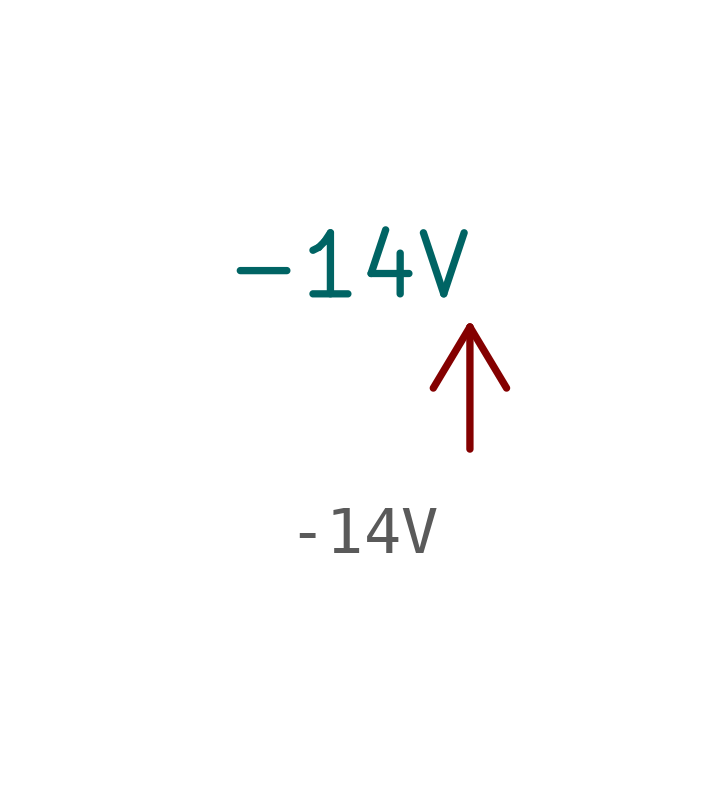
<source format=kicad_sym>
(kicad_symbol_lib
  (version 20211014)
  (generator kicad_symbol_editor)
  (symbol "-14V"
    (power)
    (pin_names
      (offset 0))
    (property "Reference" "#PWR?"
      (at 0 -3.81 0)
      (effects (font (size 1.27 1.27)) hide))
    (property "Value" "-14V"
      (at -2.54 3.81 0)
      (effects (font (size 1.27 1.27))))
    (symbol "-14V_0_1"
      (polyline (pts (xy -0.762 1.27) (xy 0 2.54)) (stroke (width 0) (type default) (color 0 0 0 0)) (fill (type none)))
      (polyline (pts (xy 0 0) (xy 0 2.54)) (stroke (width 0) (type default) (color 0 0 0 0)) (fill (type none)))
      (polyline (pts (xy 0 2.54) (xy 0.762 1.27)) (stroke (width 0) (type default) (color 0 0 0 0)) (fill (type none))))
    (symbol "-14V_1_1"
      (pin power_in line (at 0 0 90) (length 0) hide (name "-14V" (effects (font (size 1.27 1.27)))) (number "1" (effects (font (size 1.27 1.27))))))))
</source>
